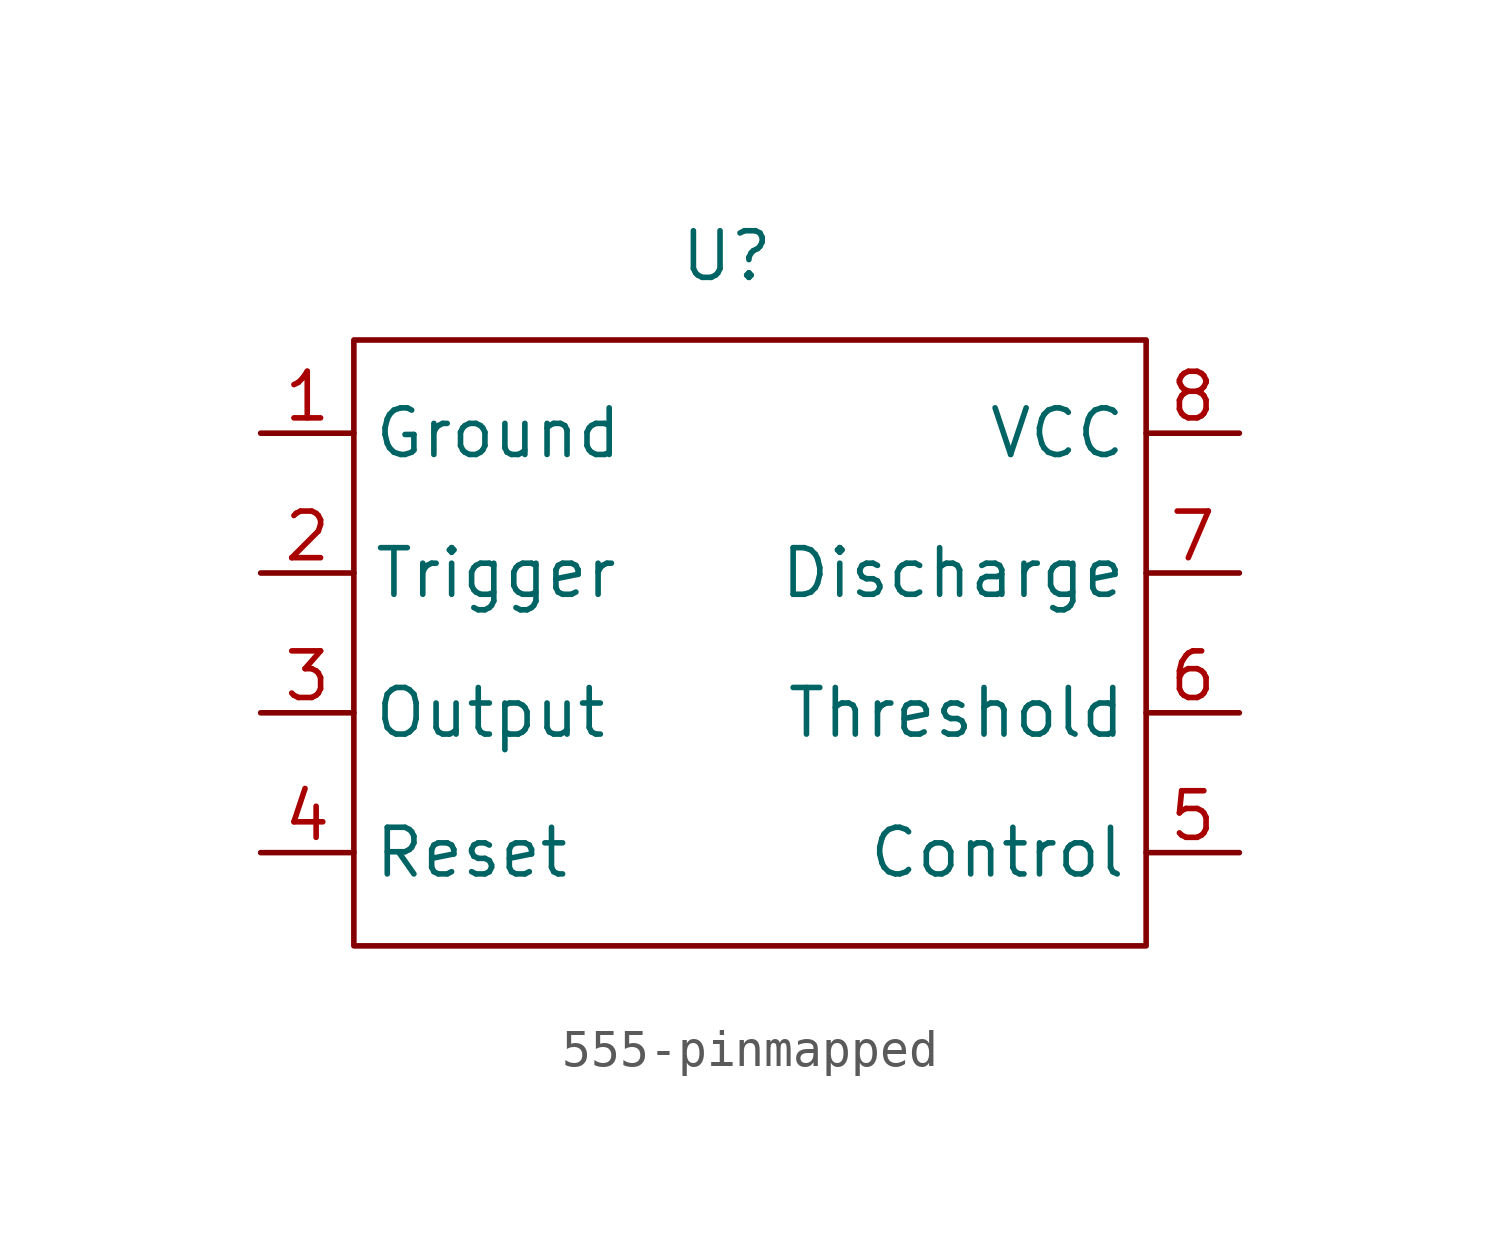
<source format=kicad_sym>
(kicad_symbol_lib
  (version 20231120)
  (generator "kicad_symbol_editor")
  (generator_version "8.0")
  (symbol "555-pinmapped"
    (property "Reference" "U"
      (at 0 9.906 0)
      (effects (font (size 1.27 1.27))))
    (property "Value" ""
      (at -7.62 3.81 0)
      (effects (font (size 1.27 1.27))))
    (symbol "555-pinmapped_0_1"
      (rectangle (start -10.16 7.62) (end 11.43 -8.89) (stroke (width 0) (type default)) (fill (type none))))
    (symbol "555-pinmapped_1_1"
      (pin input line (at -12.7 5.08 0) (length 2.54) (name "Ground" (effects (font (size 1.27 1.27)))) (number "1" (effects (font (size 1.27 1.27)))))
      (pin input line (at -12.7 1.27 0) (length 2.54) (name "Trigger" (effects (font (size 1.27 1.27)))) (number "2" (effects (font (size 1.27 1.27)))))
      (pin input line (at -12.7 -2.54 0) (length 2.54) (name "Output" (effects (font (size 1.27 1.27)))) (number "3" (effects (font (size 1.27 1.27)))))
      (pin input line (at -12.7 -6.35 0) (length 2.54) (name "Reset" (effects (font (size 1.27 1.27)))) (number "4" (effects (font (size 1.27 1.27)))))
      (pin input line (at 13.97 -6.35 180) (length 2.54) (name "Control" (effects (font (size 1.27 1.27)))) (number "5" (effects (font (size 1.27 1.27)))))
      (pin input line (at 13.97 -2.54 180) (length 2.54) (name "Threshold" (effects (font (size 1.27 1.27)))) (number "6" (effects (font (size 1.27 1.27)))))
      (pin input line (at 13.97 1.27 180) (length 2.54) (name "Discharge" (effects (font (size 1.27 1.27)))) (number "7" (effects (font (size 1.27 1.27)))))
      (pin input line (at 13.97 5.08 180) (length 2.54) (name "VCC" (effects (font (size 1.27 1.27)))) (number "8" (effects (font (size 1.27 1.27))))))))
</source>
